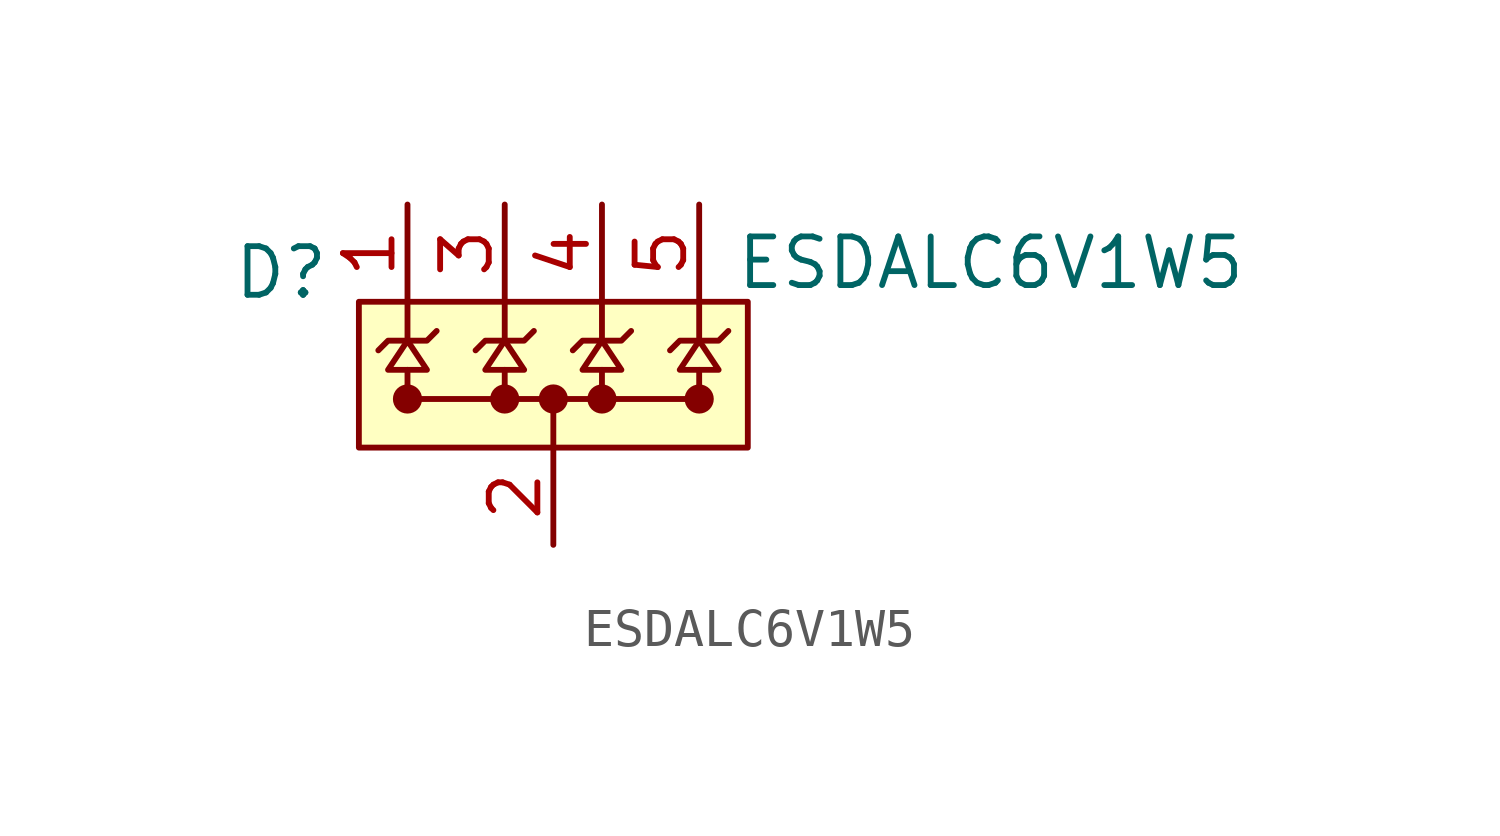
<source format=kicad_sym>
(kicad_symbol_lib
  (version 20241209)
  (generator "kicad_symbol_editor")
  (generator_version "9.0")
  (symbol "ESDALC6V1W5"
    (property "Reference" "D"
      (at -2.032 0.762 0)
      (effects (font (size 1.27 1.27))))
    (property "Value" "ESDALC6V1W5"
      (at 16.51 1.016 0)
      (effects (font (size 1.27 1.27))))
    (symbol "ESDALC6V1W5_0_1"
      (polyline (pts (xy 0.508 -1.27) (xy 0.762 -1.016) (xy 1.778 -1.016) (xy 2.032 -0.762)) (stroke (width 0) (type default)) (fill (type none)))
      (polyline (pts (xy 3.048 -1.27) (xy 3.302 -1.016) (xy 4.318 -1.016) (xy 4.572 -0.762)) (stroke (width 0) (type default)) (fill (type none)))
      (polyline (pts (xy 5.588 -1.27) (xy 5.842 -1.016) (xy 6.858 -1.016) (xy 7.112 -0.762)) (stroke (width 0) (type default)) (fill (type none)))
      (polyline (pts (xy 8.128 -1.27) (xy 8.382 -1.016) (xy 9.398 -1.016) (xy 9.652 -0.762)) (stroke (width 0) (type default)) (fill (type none))))
    (symbol "ESDALC6V1W5_1_0"
      (pin input line (at 1.27 2.54 270) (length 2.54) (name "" (effects (font (size 1.27 1.27)))) (number "1" (effects (font (size 1.27 1.27)))))
      (pin input line (at 3.81 2.54 270) (length 2.54) (name "" (effects (font (size 1.27 1.27)))) (number "3" (effects (font (size 1.27 1.27)))))
      (pin power_in line (at 5.08 -6.35 90) (length 2.54) (name "" (effects (font (size 1.27 1.27)))) (number "2" (effects (font (size 1.27 1.27)))))
      (pin input line (at 6.35 2.54 270) (length 2.54) (name "" (effects (font (size 1.27 1.27)))) (number "4" (effects (font (size 1.27 1.27)))))
      (pin input line (at 8.89 2.54 270) (length 2.54) (name "" (effects (font (size 1.27 1.27)))) (number "5" (effects (font (size 1.27 1.27))))))
    (symbol "ESDALC6V1W5_1_1"
      (rectangle (start 0 0) (end 10.16 -3.81) (stroke (width 0) (type solid)) (fill (type color) (color 255 255 194 1)))
      (polyline (pts (xy 1.27 0) (xy 1.27 -1.016)) (stroke (width 0) (type default)) (fill (type none)))
      (polyline (pts (xy 1.27 -1.016) (xy 0.762 -1.778) (xy 1.778 -1.778) (xy 1.27 -1.016)) (stroke (width 0) (type solid)) (fill (type none)))
      (polyline (pts (xy 1.27 -1.778) (xy 1.27 -2.54) (xy 5.08 -2.54) (xy 5.08 -3.81)) (stroke (width 0) (type default)) (fill (type none)))
      (circle (center 1.27 -2.54) (radius 0.0001) (stroke (width 0.381) (type solid)) (fill (type none)))
      (polyline (pts (xy 3.81 0) (xy 3.81 -1.016)) (stroke (width 0) (type default)) (fill (type none)))
      (polyline (pts (xy 3.81 -1.016) (xy 3.302 -1.778) (xy 4.318 -1.778) (xy 3.81 -1.016)) (stroke (width 0) (type solid)) (fill (type none)))
      (polyline (pts (xy 3.81 -1.778) (xy 3.81 -2.54)) (stroke (width 0) (type default)) (fill (type none)))
      (circle (center 3.81 -2.54) (radius 0.0001) (stroke (width 0.381) (type solid)) (fill (type none)))
      (circle (center 5.08 -2.54) (radius 0.0001) (stroke (width 0.381) (type solid)) (fill (type none)))
      (polyline (pts (xy 6.35 0) (xy 6.35 -1.016)) (stroke (width 0) (type default)) (fill (type none)))
      (polyline (pts (xy 6.35 -1.016) (xy 5.842 -1.778) (xy 6.858 -1.778) (xy 6.35 -1.016)) (stroke (width 0) (type solid)) (fill (type none)))
      (polyline (pts (xy 6.35 -1.778) (xy 6.35 -2.54) (xy 5.08 -2.54)) (stroke (width 0) (type default)) (fill (type none)))
      (circle (center 6.35 -2.54) (radius 0.0001) (stroke (width 0.381) (type solid)) (fill (type none)))
      (polyline (pts (xy 8.89 0) (xy 8.89 -1.016)) (stroke (width 0) (type default)) (fill (type none)))
      (polyline (pts (xy 8.89 -1.016) (xy 8.382 -1.778) (xy 9.398 -1.778) (xy 8.89 -1.016)) (stroke (width 0) (type solid)) (fill (type none)))
      (polyline (pts (xy 8.89 -1.778) (xy 8.89 -2.54) (xy 6.35 -2.54)) (stroke (width 0) (type default)) (fill (type none)))
      (circle (center 8.89 -2.54) (radius 0.0001) (stroke (width 0.381) (type solid)) (fill (type none))))))
</source>
